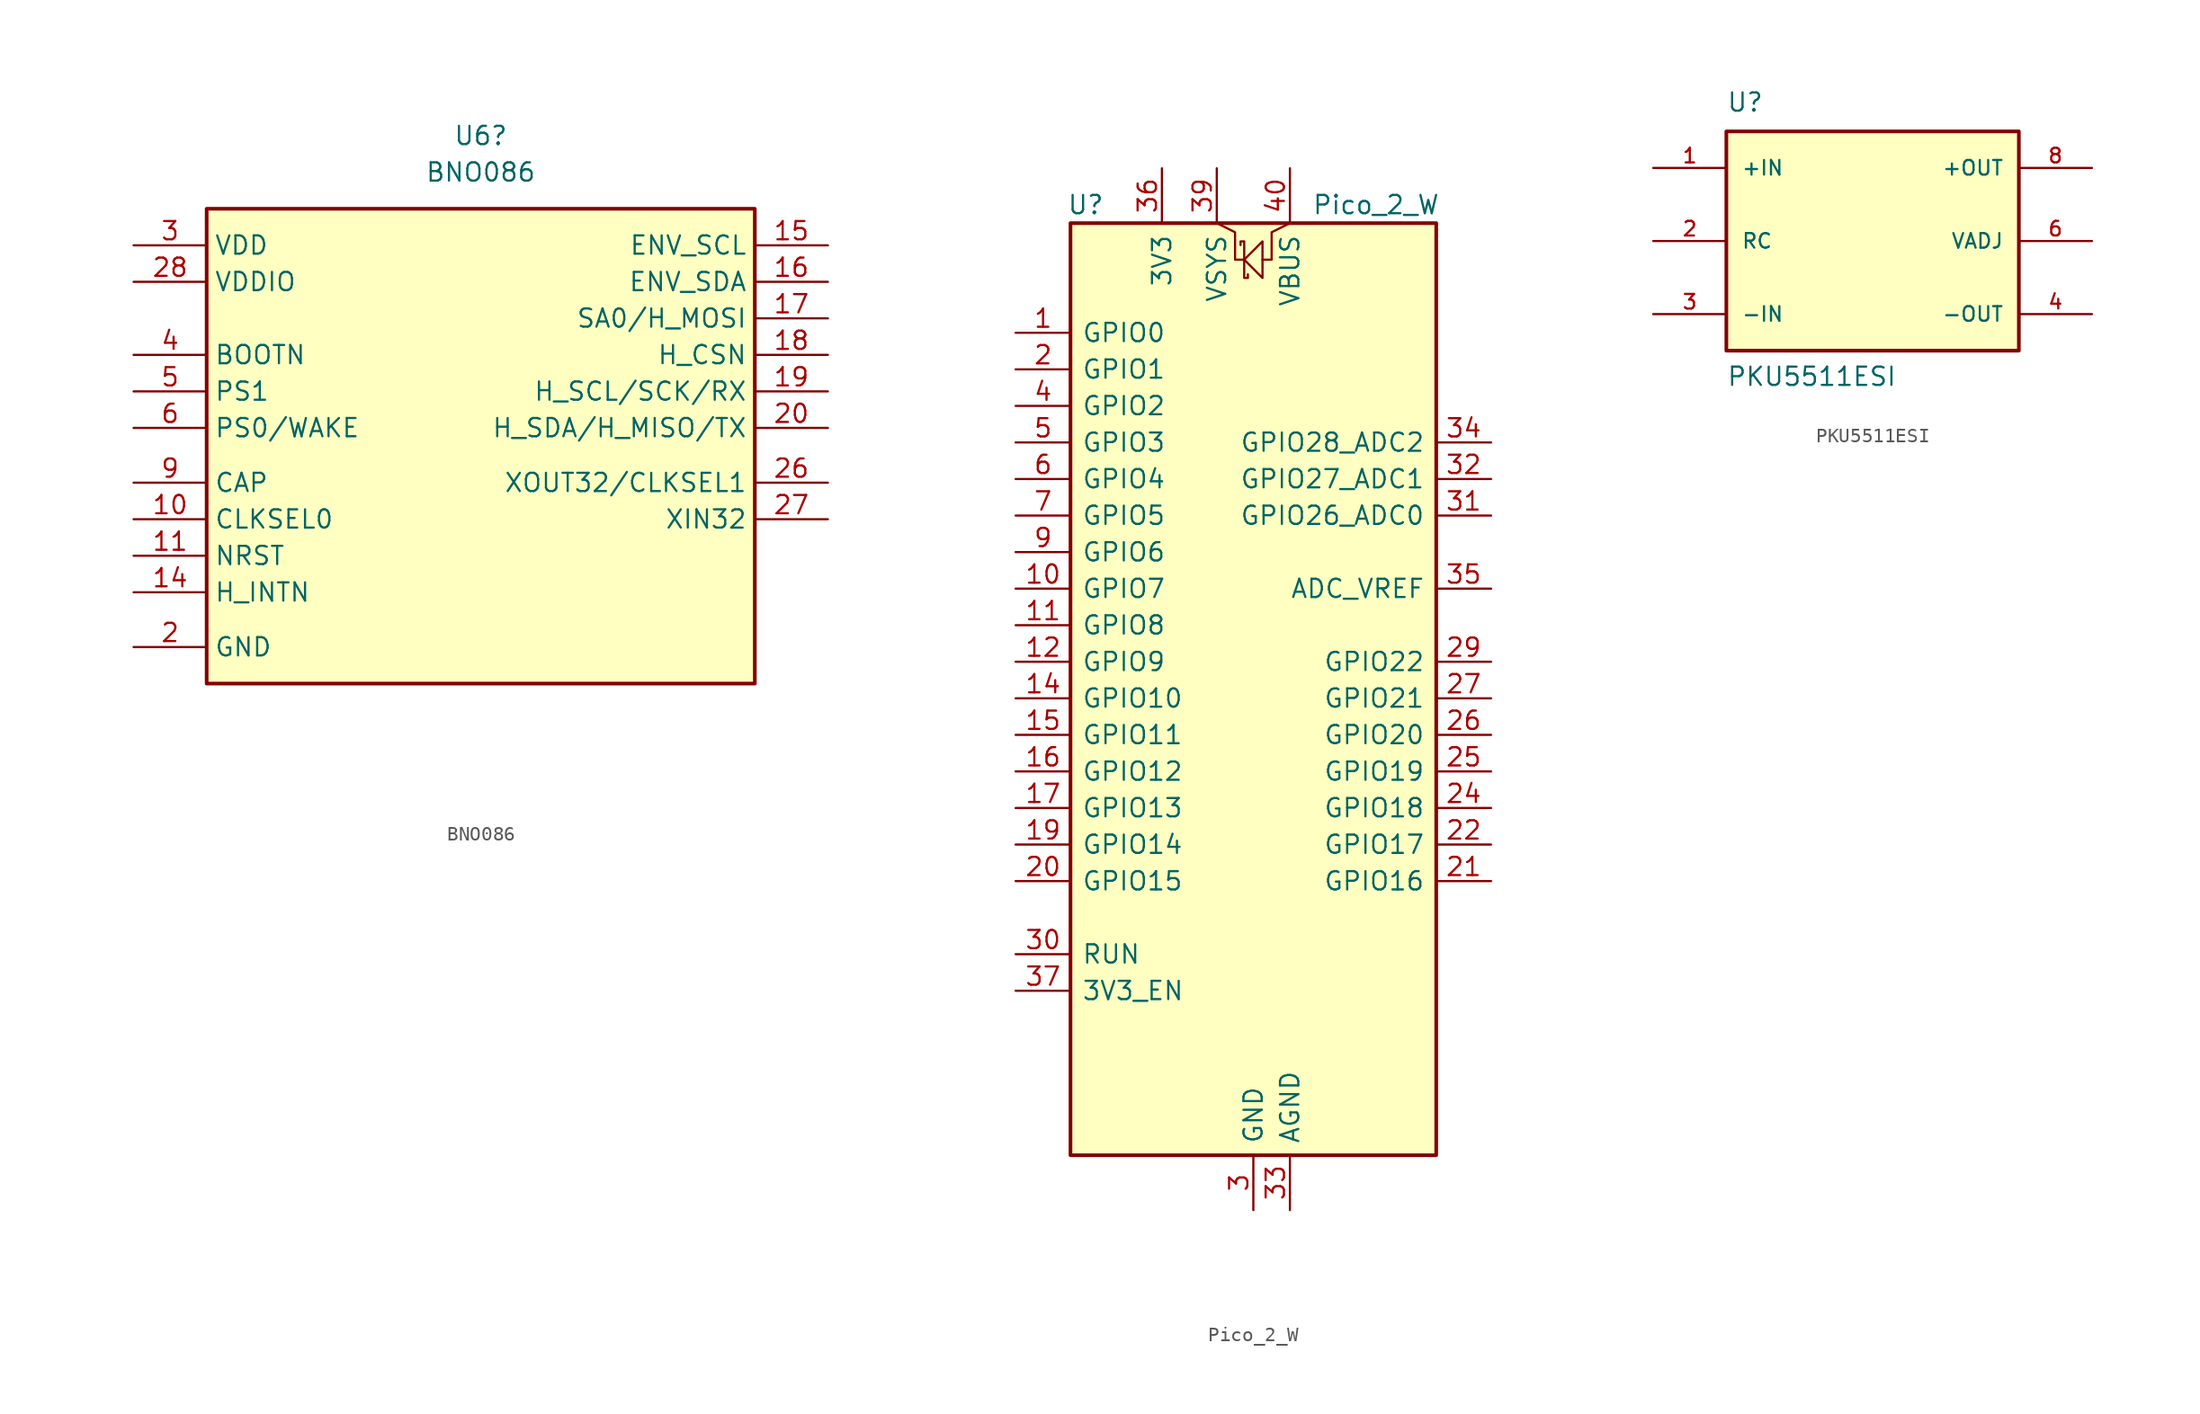
<source format=kicad_sym>
(kicad_symbol_lib
  (version 20231120)
  (generator "kicad_symbol_editor")
  (generator_version "8.0")
  (symbol "BNO086"
    (property "Reference" "U6"
      (at 24.13 7.62 0)
      (effects (font (size 1.27 1.27))))
    (property "Value" "BNO086"
      (at 24.13 5.08 0)
      (effects (font (size 1.27 1.27))))
    (symbol "BNO086_1_1"
      (rectangle (start 5.08 2.54) (end 43.18 -30.48) (stroke (width 0.254) (type default)) (fill (type background)))
      (pin no_connect line (at 21.59 -35.56 90) (length 5.08) hide (name "RESV_NC_1" (effects (font (size 1.27 1.27)))) (number "1" (effects (font (size 1.27 1.27)))))
      (pin passive line (at 0 -19.05 0) (length 5.08) (name "CLKSEL0" (effects (font (size 1.27 1.27)))) (number "10" (effects (font (size 1.27 1.27)))))
      (pin passive line (at 0 -21.59 0) (length 5.08) (name "NRST" (effects (font (size 1.27 1.27)))) (number "11" (effects (font (size 1.27 1.27)))))
      (pin no_connect line (at 22.86 -35.56 90) (length 5.08) hide (name "RESV_NC_4" (effects (font (size 1.27 1.27)))) (number "12" (effects (font (size 1.27 1.27)))))
      (pin no_connect line (at 24.13 -35.56 90) (length 5.08) hide (name "RESV_NC_5" (effects (font (size 1.27 1.27)))) (number "13" (effects (font (size 1.27 1.27)))))
      (pin passive line (at 0 -24.13 0) (length 5.08) (name "H_INTN" (effects (font (size 1.27 1.27)))) (number "14" (effects (font (size 1.27 1.27)))))
      (pin passive line (at 48.26 0 180) (length 5.08) (name "ENV_SCL" (effects (font (size 1.27 1.27)))) (number "15" (effects (font (size 1.27 1.27)))))
      (pin passive line (at 48.26 -2.54 180) (length 5.08) (name "ENV_SDA" (effects (font (size 1.27 1.27)))) (number "16" (effects (font (size 1.27 1.27)))))
      (pin passive line (at 48.26 -5.08 180) (length 5.08) (name "SA0/H_MOSI" (effects (font (size 1.27 1.27)))) (number "17" (effects (font (size 1.27 1.27)))))
      (pin passive line (at 48.26 -7.62 180) (length 5.08) (name "H_CSN" (effects (font (size 1.27 1.27)))) (number "18" (effects (font (size 1.27 1.27)))))
      (pin passive line (at 48.26 -10.16 180) (length 5.08) (name "H_SCL/SCK/RX" (effects (font (size 1.27 1.27)))) (number "19" (effects (font (size 1.27 1.27)))))
      (pin power_in line (at 0 -27.94 0) (length 5.08) (name "GND" (effects (font (size 1.27 1.27)))) (number "2" (effects (font (size 1.27 1.27)))))
      (pin passive line (at 48.26 -12.7 180) (length 5.08) (name "H_SDA/H_MISO/TX" (effects (font (size 1.27 1.27)))) (number "20" (effects (font (size 1.27 1.27)))))
      (pin no_connect line (at 25.4 -35.56 90) (length 5.08) hide (name "RESV_NC_6" (effects (font (size 1.27 1.27)))) (number "21" (effects (font (size 1.27 1.27)))))
      (pin no_connect line (at 26.67 -35.56 90) (length 5.08) hide (name "RESV_NC_7" (effects (font (size 1.27 1.27)))) (number "22" (effects (font (size 1.27 1.27)))))
      (pin no_connect line (at 20.32 -35.56 90) (length 5.08) hide (name "RESV_NC_8" (effects (font (size 1.27 1.27)))) (number "23" (effects (font (size 1.27 1.27)))))
      (pin no_connect line (at 19.05 -35.56 90) (length 5.08) hide (name "RESV_NC_9" (effects (font (size 1.27 1.27)))) (number "24" (effects (font (size 1.27 1.27)))))
      (pin power_in line (at 0 -27.94 0) (length 5.08) hide (name "GND" (effects (font (size 1.27 1.27)))) (number "25" (effects (font (size 1.27 1.27)))))
      (pin passive line (at 48.26 -16.51 180) (length 5.08) (name "XOUT32/CLKSEL1" (effects (font (size 1.27 1.27)))) (number "26" (effects (font (size 1.27 1.27)))))
      (pin passive line (at 48.26 -19.05 180) (length 5.08) (name "XIN32" (effects (font (size 1.27 1.27)))) (number "27" (effects (font (size 1.27 1.27)))))
      (pin passive line (at 0 -2.54 0) (length 5.08) (name "VDDIO" (effects (font (size 1.27 1.27)))) (number "28" (effects (font (size 1.27 1.27)))))
      (pin power_in line (at 0 0 0) (length 5.08) (name "VDD" (effects (font (size 1.27 1.27)))) (number "3" (effects (font (size 1.27 1.27)))))
      (pin passive line (at 0 -7.62 0) (length 5.08) (name "BOOTN" (effects (font (size 1.27 1.27)))) (number "4" (effects (font (size 1.27 1.27)))))
      (pin passive line (at 0 -10.16 0) (length 5.08) (name "PS1" (effects (font (size 1.27 1.27)))) (number "5" (effects (font (size 1.27 1.27)))))
      (pin passive line (at 0 -12.7 0) (length 5.08) (name "PS0/WAKE" (effects (font (size 1.27 1.27)))) (number "6" (effects (font (size 1.27 1.27)))))
      (pin no_connect line (at 17.78 -35.56 90) (length 5.08) hide (name "RESV_NC_2" (effects (font (size 1.27 1.27)))) (number "7" (effects (font (size 1.27 1.27)))))
      (pin no_connect line (at 27.94 -35.56 90) (length 5.08) hide (name "RESV_NC_3" (effects (font (size 1.27 1.27)))) (number "8" (effects (font (size 1.27 1.27)))))
      (pin passive line (at 0 -16.51 0) (length 5.08) (name "CAP" (effects (font (size 1.27 1.27)))) (number "9" (effects (font (size 1.27 1.27)))))))
  (symbol "Pico_2_W"
    (pin_names
      (offset 0.762))
    (property "Reference" "U"
      (at -12.954 31.75 0)
      (effects (font (size 1.27 1.27)) (justify left)))
    (property "Value" "Pico_2_W"
      (at 4.064 31.75 0)
      (effects (font (size 1.27 1.27)) (justify left)))
    (symbol "Pico_2_W_0_1"
      (rectangle (start -12.7 30.48) (end 12.7 -34.29) (stroke (width 0.254) (type default)) (fill (type background)))
      (polyline (pts (xy -2.54 30.48) (xy -1.27 29.845) (xy -1.27 27.94) (xy -0.635 27.94)) (stroke (width 0) (type default)) (fill (type none)))
      (polyline (pts (xy -0.635 27.94) (xy 0.635 29.21) (xy 0.635 26.67) (xy -0.635 27.94)) (stroke (width 0) (type default)) (fill (type none)))
      (polyline (pts (xy 2.54 30.48) (xy 1.27 29.845) (xy 1.27 27.94) (xy 0.635 27.94)) (stroke (width 0) (type default)) (fill (type none)))
      (polyline (pts (xy -0.889 28.956) (xy -0.889 29.21) (xy -0.635 29.21) (xy -0.635 26.67) (xy -0.381 26.67) (xy -0.381 26.924)) (stroke (width 0) (type default)) (fill (type none))))
    (symbol "Pico_2_W_1_1"
      (pin bidirectional line (at -16.51 22.86 0) (length 3.81) (name "GPIO0" (effects (font (size 1.27 1.27)))) (number "1" (effects (font (size 1.27 1.27)))) (alternate "I2C0_SDA" bidirectional line) (alternate "PWM0_A" output line) (alternate "SPI0_RX" input line) (alternate "UART0_TX" output line) (alternate "USB_OVCUR_DET" input line))
      (pin bidirectional line (at -16.51 5.08 0) (length 3.81) (name "GPIO7" (effects (font (size 1.27 1.27)))) (number "10" (effects (font (size 1.27 1.27)))) (alternate "I2C1_SCL" bidirectional clock) (alternate "PWM3_B" bidirectional line) (alternate "SPI0_TX" output line) (alternate "UART1_RTS" output line) (alternate "USB_VBUS_DET" input line))
      (pin bidirectional line (at -16.51 2.54 0) (length 3.81) (name "GPIO8" (effects (font (size 1.27 1.27)))) (number "11" (effects (font (size 1.27 1.27)))) (alternate "I2C0_SDA" bidirectional line) (alternate "PWM4_A" output line) (alternate "SPI1_RX" input line) (alternate "UART1_TX" output line) (alternate "USB_VBUS_EN" output line))
      (pin bidirectional line (at -16.51 0 0) (length 3.81) (name "GPIO9" (effects (font (size 1.27 1.27)))) (number "12" (effects (font (size 1.27 1.27)))) (alternate "I2C0_SCL" bidirectional clock) (alternate "PWM4_B" bidirectional line) (alternate "UART1_RX" input line) (alternate "USB_OVCUR_DET" input line) (alternate "~{SPI1_CSn}" bidirectional line))
      (pin passive line (at 0 -38.1 90) (length 3.81) hide (name "GND" (effects (font (size 1.27 1.27)))) (number "13" (effects (font (size 1.27 1.27)))))
      (pin bidirectional line (at -16.51 -2.54 0) (length 3.81) (name "GPIO10" (effects (font (size 1.27 1.27)))) (number "14" (effects (font (size 1.27 1.27)))) (alternate "I2C1_SDA" bidirectional line) (alternate "PWM5_A" output line) (alternate "SPI1_SCK" bidirectional clock) (alternate "UART1_CTS" input line) (alternate "USB_VBUS_DET" input line))
      (pin bidirectional line (at -16.51 -5.08 0) (length 3.81) (name "GPIO11" (effects (font (size 1.27 1.27)))) (number "15" (effects (font (size 1.27 1.27)))) (alternate "I2C1_SCL" bidirectional clock) (alternate "PWM5_B" bidirectional line) (alternate "SPI1_TX" output line) (alternate "UART1_RTS" output line) (alternate "USB_VBUS_EN" output line))
      (pin bidirectional line (at -16.51 -7.62 0) (length 3.81) (name "GPIO12" (effects (font (size 1.27 1.27)))) (number "16" (effects (font (size 1.27 1.27)))) (alternate "I2C0_SDA" bidirectional line) (alternate "PWM6_A" output line) (alternate "SPI1_RX" input line) (alternate "UART0_TX" output line) (alternate "USB_OVCUR_DET" input line))
      (pin bidirectional line (at -16.51 -10.16 0) (length 3.81) (name "GPIO13" (effects (font (size 1.27 1.27)))) (number "17" (effects (font (size 1.27 1.27)))) (alternate "I2C0_SCL" bidirectional clock) (alternate "PWM6_B" bidirectional line) (alternate "UART0_RX" input line) (alternate "USB_VBUS_DET" input line) (alternate "~{SPI1_CSn}" bidirectional line))
      (pin passive line (at 0 -38.1 90) (length 3.81) hide (name "GND" (effects (font (size 1.27 1.27)))) (number "18" (effects (font (size 1.27 1.27)))))
      (pin bidirectional line (at -16.51 -12.7 0) (length 3.81) (name "GPIO14" (effects (font (size 1.27 1.27)))) (number "19" (effects (font (size 1.27 1.27)))) (alternate "I2C1_SDA" bidirectional line) (alternate "PWM7_A" output line) (alternate "SPI1_SCK" bidirectional clock) (alternate "UART0_CTS" input line) (alternate "USB_VBUS_EN" output line))
      (pin bidirectional line (at -16.51 20.32 0) (length 3.81) (name "GPIO1" (effects (font (size 1.27 1.27)))) (number "2" (effects (font (size 1.27 1.27)))) (alternate "I2C0_SCL" bidirectional clock) (alternate "PWM0_B" bidirectional line) (alternate "UART0_RX" input line) (alternate "USB_VBUS_DET" passive line) (alternate "~{SPI0_CSn}" bidirectional line))
      (pin bidirectional line (at -16.51 -15.24 0) (length 3.81) (name "GPIO15" (effects (font (size 1.27 1.27)))) (number "20" (effects (font (size 1.27 1.27)))) (alternate "I2C1_SCL" bidirectional clock) (alternate "PWM7_B" bidirectional line) (alternate "SPI1_TX" output line) (alternate "UART0_RTS" output line) (alternate "USB_OVCUR_DET" input line))
      (pin bidirectional line (at 16.51 -15.24 180) (length 3.81) (name "GPIO16" (effects (font (size 1.27 1.27)))) (number "21" (effects (font (size 1.27 1.27)))) (alternate "I2C0_SDA" bidirectional line) (alternate "PWM0_A" output line) (alternate "SPI0_RX" input line) (alternate "UART0_TX" output line) (alternate "USB_VBUS_DET" input line))
      (pin bidirectional line (at 16.51 -12.7 180) (length 3.81) (name "GPIO17" (effects (font (size 1.27 1.27)))) (number "22" (effects (font (size 1.27 1.27)))) (alternate "I2C0_SCL" bidirectional clock) (alternate "PWM0_B" bidirectional line) (alternate "UART0_RX" input line) (alternate "USB_VBUS_EN" output line) (alternate "~{SPI0_CSn}" bidirectional line))
      (pin passive line (at 0 -38.1 90) (length 3.81) hide (name "GND" (effects (font (size 1.27 1.27)))) (number "23" (effects (font (size 1.27 1.27)))))
      (pin bidirectional line (at 16.51 -10.16 180) (length 3.81) (name "GPIO18" (effects (font (size 1.27 1.27)))) (number "24" (effects (font (size 1.27 1.27)))) (alternate "I2C1_SDA" bidirectional line) (alternate "PWM1_A" output line) (alternate "SPI0_SCK" bidirectional clock) (alternate "UART0_CTS" input line) (alternate "USB_OVCUR_DET" input line))
      (pin bidirectional line (at 16.51 -7.62 180) (length 3.81) (name "GPIO19" (effects (font (size 1.27 1.27)))) (number "25" (effects (font (size 1.27 1.27)))) (alternate "I2C1_SCL" bidirectional clock) (alternate "PWM1_B" bidirectional line) (alternate "SPI0_TX" output line) (alternate "UART0_RTS" output line) (alternate "USB_VBUS_DET" input line))
      (pin bidirectional line (at 16.51 -5.08 180) (length 3.81) (name "GPIO20" (effects (font (size 1.27 1.27)))) (number "26" (effects (font (size 1.27 1.27)))) (alternate "CLOCK_GPIN0" input clock) (alternate "I2C0_SDA" bidirectional line) (alternate "PWM2_A" output line) (alternate "SPI0_RX" input line) (alternate "UART1_TX" output line) (alternate "USB_VBUS_EN" output line))
      (pin bidirectional line (at 16.51 -2.54 180) (length 3.81) (name "GPIO21" (effects (font (size 1.27 1.27)))) (number "27" (effects (font (size 1.27 1.27)))) (alternate "CLOCK_GPOUT0" output clock) (alternate "I2C0_SCL" bidirectional clock) (alternate "PWM2_B" bidirectional line) (alternate "UART1_RX" input line) (alternate "USB_OVCUR_DET" input line) (alternate "~{SPI0_CSn}" bidirectional line))
      (pin passive line (at 0 -38.1 90) (length 3.81) hide (name "GND" (effects (font (size 1.27 1.27)))) (number "28" (effects (font (size 1.27 1.27)))))
      (pin bidirectional line (at 16.51 0 180) (length 3.81) (name "GPIO22" (effects (font (size 1.27 1.27)))) (number "29" (effects (font (size 1.27 1.27)))) (alternate "CLOCK_GPIN1" input clock) (alternate "I2C1_SDA" bidirectional line) (alternate "PWM3_A" output line) (alternate "SPI0_SCK" bidirectional clock) (alternate "UART1_CTS" input line) (alternate "USB_VBUS_DET" input line))
      (pin power_in line (at 0 -38.1 90) (length 3.81) (name "GND" (effects (font (size 1.27 1.27)))) (number "3" (effects (font (size 1.27 1.27)))) (alternate "GND_IN" power_in line))
      (pin input line (at -16.51 -20.32 0) (length 3.81) (name "RUN" (effects (font (size 1.27 1.27)))) (number "30" (effects (font (size 1.27 1.27)))) (alternate "~{RESET}" input line))
      (pin bidirectional line (at 16.51 10.16 180) (length 3.81) (name "GPIO26_ADC0" (effects (font (size 1.27 1.27)))) (number "31" (effects (font (size 1.27 1.27)))) (alternate "ADC0" input line) (alternate "GPIO26" bidirectional line) (alternate "I2C1_SDA" bidirectional line) (alternate "PWM5_A" output line) (alternate "SPI1_SCK" bidirectional clock) (alternate "UART1_CTS" input line) (alternate "USB_VBUS_EN" output line))
      (pin bidirectional line (at 16.51 12.7 180) (length 3.81) (name "GPIO27_ADC1" (effects (font (size 1.27 1.27)))) (number "32" (effects (font (size 1.27 1.27)))) (alternate "ADC1" input line) (alternate "GPIO27" bidirectional line) (alternate "I2C1_SCL" bidirectional clock) (alternate "PWM5_B" bidirectional line) (alternate "SPI1_TX" output line) (alternate "UART1_RTS" output line) (alternate "USB_OVCUR_DET" input line))
      (pin power_in line (at 2.54 -38.1 90) (length 3.81) (name "AGND" (effects (font (size 1.27 1.27)))) (number "33" (effects (font (size 1.27 1.27)))) (alternate "GND" passive line))
      (pin bidirectional line (at 16.51 15.24 180) (length 3.81) (name "GPIO28_ADC2" (effects (font (size 1.27 1.27)))) (number "34" (effects (font (size 1.27 1.27)))) (alternate "ADC2" input line) (alternate "GPIO28" bidirectional line) (alternate "I2C0_SDA" bidirectional line) (alternate "PWM6_A" output line) (alternate "SPI1_RX" input line) (alternate "UART0_TX" output line) (alternate "USB_VBUS_DET" input line))
      (pin power_in line (at 16.51 5.08 180) (length 3.81) (name "ADC_VREF" (effects (font (size 1.27 1.27)))) (number "35" (effects (font (size 1.27 1.27)))))
      (pin power_out line (at -6.35 34.29 270) (length 3.81) (name "3V3" (effects (font (size 1.27 1.27)))) (number "36" (effects (font (size 1.27 1.27)))))
      (pin input line (at -16.51 -22.86 0) (length 3.81) (name "3V3_EN" (effects (font (size 1.27 1.27)))) (number "37" (effects (font (size 1.27 1.27)))) (alternate "~{3V3_DISABLE}" input line))
      (pin passive line (at 0 -38.1 90) (length 3.81) hide (name "GND" (effects (font (size 1.27 1.27)))) (number "38" (effects (font (size 1.27 1.27)))))
      (pin power_in line (at -2.54 34.29 270) (length 3.81) (name "VSYS" (effects (font (size 1.27 1.27)))) (number "39" (effects (font (size 1.27 1.27)))) (alternate "VSYS_IN" power_in line) (alternate "VSYS_OUT" power_out line))
      (pin bidirectional line (at -16.51 17.78 0) (length 3.81) (name "GPIO2" (effects (font (size 1.27 1.27)))) (number "4" (effects (font (size 1.27 1.27)))) (alternate "I2C1_SDA" bidirectional line) (alternate "PWM1_A" output line) (alternate "SPI0_SCK" bidirectional clock) (alternate "UART0_CTS" input line) (alternate "USB_VBUS_DET" input line))
      (pin power_out line (at 2.54 34.29 270) (length 3.81) (name "VBUS" (effects (font (size 1.27 1.27)))) (number "40" (effects (font (size 1.27 1.27)))) (alternate "VBUS_HOST" power_in line))
      (pin bidirectional line (at -16.51 15.24 0) (length 3.81) (name "GPIO3" (effects (font (size 1.27 1.27)))) (number "5" (effects (font (size 1.27 1.27)))) (alternate "I2C1_SCL" bidirectional clock) (alternate "PWM1_B" bidirectional line) (alternate "SPI0_TX" output line) (alternate "UART0_RTS" output line) (alternate "USB_OVCUR_DET" input line))
      (pin bidirectional line (at -16.51 12.7 0) (length 3.81) (name "GPIO4" (effects (font (size 1.27 1.27)))) (number "6" (effects (font (size 1.27 1.27)))) (alternate "I2C0_SDA" bidirectional line) (alternate "PWM2_A" output line) (alternate "SPI0_RX" input line) (alternate "UART1_TX" output line) (alternate "USB_VBUS_DET" input line))
      (pin bidirectional line (at -16.51 10.16 0) (length 3.81) (name "GPIO5" (effects (font (size 1.27 1.27)))) (number "7" (effects (font (size 1.27 1.27)))) (alternate "I2C0_SCL" bidirectional clock) (alternate "PWM2_B" bidirectional line) (alternate "UART1_RX" input line) (alternate "USB_VBUS_EN" output line) (alternate "~{SPI0_CSn}" bidirectional line))
      (pin passive line (at 0 -38.1 90) (length 3.81) hide (name "GND" (effects (font (size 1.27 1.27)))) (number "8" (effects (font (size 1.27 1.27)))))
      (pin bidirectional line (at -16.51 7.62 0) (length 3.81) (name "GPIO6" (effects (font (size 1.27 1.27)))) (number "9" (effects (font (size 1.27 1.27)))) (alternate "I2C1_SDA" bidirectional line) (alternate "PWM3_A" output line) (alternate "SPI0_SCK" bidirectional clock) (alternate "UART1_CTS" input line) (alternate "USB_OVCUR_DET" input line))))
  (symbol "PKU5511ESI"
    (pin_names
      (offset 1.016))
    (property "Reference" "U"
      (at -10.164 8.898 0)
      (effects (font (size 1.27 1.27)) (justify left bottom)))
    (property "Value" "PKU5511ESI"
      (at -10.161 -10.163 0)
      (effects (font (size 1.27 1.27)) (justify left bottom)))
    (symbol "PKU5511ESI_0_0"
      (rectangle (start -10.16 7.62) (end 10.16 -7.62) (stroke (width 0.254) (type default)) (fill (type background))))
    (symbol "PKU5511ESI_1_0"
      (pin power_in line (at -15.24 5.08 0) (length 5.08) (name "+IN" (effects (font (size 1.016 1.016)))) (number "1" (effects (font (size 1.016 1.016)))))
      (pin passive line (at -15.24 0 0) (length 5.08) (name "RC" (effects (font (size 1.016 1.016)))) (number "2" (effects (font (size 1.016 1.016)))))
      (pin passive line (at -15.24 -5.08 0) (length 5.08) (name "-IN" (effects (font (size 1.016 1.016)))) (number "3" (effects (font (size 1.016 1.016)))))
      (pin passive line (at 15.24 -5.08 180) (length 5.08) (name "-OUT" (effects (font (size 1.016 1.016)))) (number "4" (effects (font (size 1.016 1.016)))))
      (pin passive line (at 15.24 0 180) (length 5.08) (name "VADJ" (effects (font (size 1.016 1.016)))) (number "6" (effects (font (size 1.016 1.016)))))
      (pin power_out line (at 15.24 5.08 180) (length 5.08) (name "+OUT" (effects (font (size 1.016 1.016)))) (number "8" (effects (font (size 1.016 1.016))))))))
</source>
